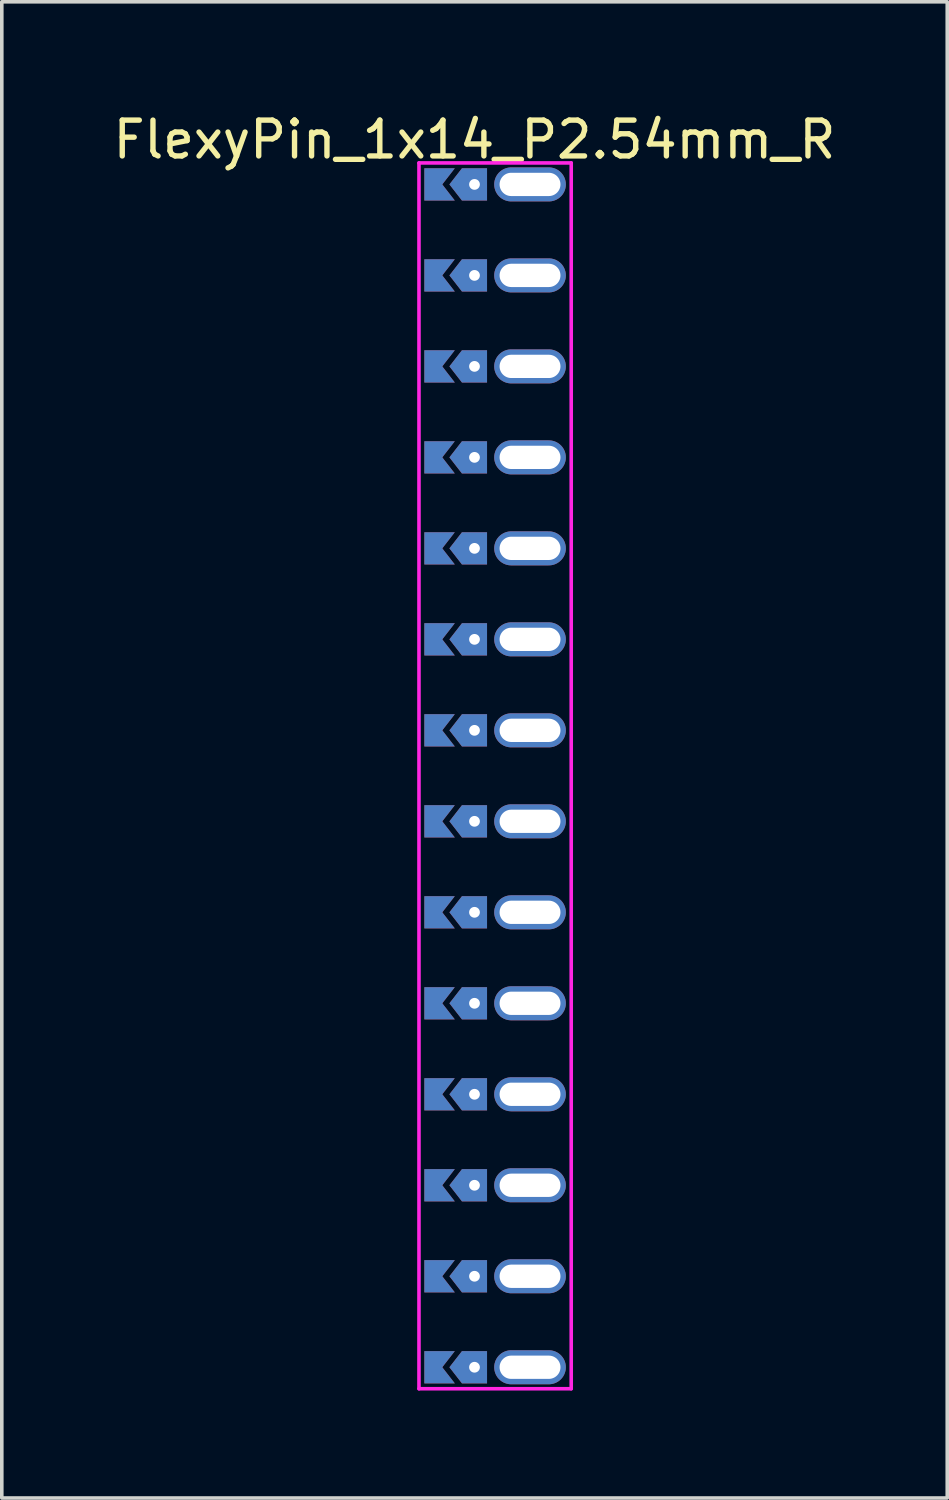
<source format=kicad_pcb>
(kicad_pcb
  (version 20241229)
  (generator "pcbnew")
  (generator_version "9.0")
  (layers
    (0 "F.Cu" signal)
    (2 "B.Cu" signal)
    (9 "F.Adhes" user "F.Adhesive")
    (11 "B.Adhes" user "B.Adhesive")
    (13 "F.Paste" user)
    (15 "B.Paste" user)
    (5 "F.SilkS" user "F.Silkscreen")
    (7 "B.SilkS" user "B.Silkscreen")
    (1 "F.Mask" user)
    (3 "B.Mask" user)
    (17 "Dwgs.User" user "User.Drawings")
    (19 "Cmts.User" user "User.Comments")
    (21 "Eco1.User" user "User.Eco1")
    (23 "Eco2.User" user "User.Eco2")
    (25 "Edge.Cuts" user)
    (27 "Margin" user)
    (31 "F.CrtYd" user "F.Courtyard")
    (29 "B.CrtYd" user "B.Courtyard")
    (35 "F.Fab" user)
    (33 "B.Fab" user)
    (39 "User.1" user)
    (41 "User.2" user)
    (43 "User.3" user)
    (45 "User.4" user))
  (footprint "FlexyPin_1x14_P2.54mm_R"
    (layer "F.Cu")
    (at 10.196 2.098)
    (property "Reference" "FlexyPin_1x14_P2.54mm_R" (at 0 -1.25 0) (layer "F.SilkS") (effects (font (size 1 1) (thickness 0.15))))
    (attr through_hole)
    (fp_line (start -1.55 -0.6) (end 2.7 -0.6) (stroke (width 0.1) (type solid)) (layer "F.CrtYd"))
    (fp_line (start -1.55 33.62) (end -1.55 -0.6) (stroke (width 0.1) (type solid)) (layer "F.CrtYd"))
    (fp_line (start 2.7 -0.6) (end 2.7 33.62) (stroke (width 0.1) (type solid)) (layer "F.CrtYd"))
    (fp_line (start 2.7 33.62) (end -1.55 33.62) (stroke (width 0.1) (type solid)) (layer "F.CrtYd"))
    (pad "" thru_hole custom (at 0 0) (size 0.3 0.3) (drill 0.6) (layers "*.Cu" "*.Mask") (options (anchor rect)) (primitives (gr_poly (pts (xy 0.35 0.45) (xy 0.35 -0.45) (xy -0.35 -0.45) (xy -0.7 0) (xy -0.35 0.45)) (width 0) (fill yes))))
    (pad "" thru_hole custom (at 0 2.54) (size 0.3 0.3) (drill 0.6) (layers "*.Cu" "*.Mask") (options (anchor rect)) (primitives (gr_poly (pts (xy 0.35 0.45) (xy 0.35 -0.45) (xy -0.35 -0.45) (xy -0.7 0) (xy -0.35 0.45)) (width 0) (fill yes))))
    (pad "" thru_hole custom (at 0 5.08) (size 0.3 0.3) (drill 0.6) (layers "*.Cu" "*.Mask") (options (anchor rect)) (primitives (gr_poly (pts (xy 0.35 0.45) (xy 0.35 -0.45) (xy -0.35 -0.45) (xy -0.7 0) (xy -0.35 0.45)) (width 0) (fill yes))))
    (pad "" thru_hole custom (at 0 7.62) (size 0.3 0.3) (drill 0.6) (layers "*.Cu" "*.Mask") (options (anchor rect)) (primitives (gr_poly (pts (xy 0.35 0.45) (xy 0.35 -0.45) (xy -0.35 -0.45) (xy -0.7 0) (xy -0.35 0.45)) (width 0) (fill yes))))
    (pad "" thru_hole custom (at 0 10.16) (size 0.3 0.3) (drill 0.6) (layers "*.Cu" "*.Mask") (options (anchor rect)) (primitives (gr_poly (pts (xy 0.35 0.45) (xy 0.35 -0.45) (xy -0.35 -0.45) (xy -0.7 0) (xy -0.35 0.45)) (width 0) (fill yes))))
    (pad "" thru_hole custom (at 0 12.7) (size 0.3 0.3) (drill 0.6) (layers "*.Cu" "*.Mask") (options (anchor rect)) (primitives (gr_poly (pts (xy 0.35 0.45) (xy 0.35 -0.45) (xy -0.35 -0.45) (xy -0.7 0) (xy -0.35 0.45)) (width 0) (fill yes))))
    (pad "" thru_hole custom (at 0 15.24) (size 0.3 0.3) (drill 0.6) (layers "*.Cu" "*.Mask") (options (anchor rect)) (primitives (gr_poly (pts (xy 0.35 0.45) (xy 0.35 -0.45) (xy -0.35 -0.45) (xy -0.7 0) (xy -0.35 0.45)) (width 0) (fill yes))))
    (pad "" thru_hole custom (at 0 17.78) (size 0.3 0.3) (drill 0.6) (layers "*.Cu" "*.Mask") (options (anchor rect)) (primitives (gr_poly (pts (xy 0.35 0.45) (xy 0.35 -0.45) (xy -0.35 -0.45) (xy -0.7 0) (xy -0.35 0.45)) (width 0) (fill yes))))
    (pad "" thru_hole custom (at 0 20.32) (size 0.3 0.3) (drill 0.6) (layers "*.Cu" "*.Mask") (options (anchor rect)) (primitives (gr_poly (pts (xy 0.35 0.45) (xy 0.35 -0.45) (xy -0.35 -0.45) (xy -0.7 0) (xy -0.35 0.45)) (width 0) (fill yes))))
    (pad "" thru_hole custom (at 0 22.86) (size 0.3 0.3) (drill 0.6) (layers "*.Cu" "*.Mask") (options (anchor rect)) (primitives (gr_poly (pts (xy 0.35 0.45) (xy 0.35 -0.45) (xy -0.35 -0.45) (xy -0.7 0) (xy -0.35 0.45)) (width 0) (fill yes))))
    (pad "" thru_hole custom (at 0 25.4) (size 0.3 0.3) (drill 0.6) (layers "*.Cu" "*.Mask") (options (anchor rect)) (primitives (gr_poly (pts (xy 0.35 0.45) (xy 0.35 -0.45) (xy -0.35 -0.45) (xy -0.7 0) (xy -0.35 0.45)) (width 0) (fill yes))))
    (pad "" thru_hole custom (at 0 27.94) (size 0.3 0.3) (drill 0.6) (layers "*.Cu" "*.Mask") (options (anchor rect)) (primitives (gr_poly (pts (xy 0.35 0.45) (xy 0.35 -0.45) (xy -0.35 -0.45) (xy -0.7 0) (xy -0.35 0.45)) (width 0) (fill yes))))
    (pad "" thru_hole custom (at 0 30.48) (size 0.3 0.3) (drill 0.6) (layers "*.Cu" "*.Mask") (options (anchor rect)) (primitives (gr_poly (pts (xy 0.35 0.45) (xy 0.35 -0.45) (xy -0.35 -0.45) (xy -0.7 0) (xy -0.35 0.45)) (width 0) (fill yes))))
    (pad "" thru_hole custom (at 0 33.02) (size 0.3 0.3) (drill 0.6) (layers "*.Cu" "*.Mask") (options (anchor rect)) (primitives (gr_poly (pts (xy 0.35 0.45) (xy 0.35 -0.45) (xy -0.35 -0.45) (xy -0.7 0) (xy -0.35 0.45)) (width 0) (fill yes))))
    (pad "" thru_hole oval (at 1.55 0) (size 2 0.95) (drill oval 1.7 0.65) (layers "*.Cu" "*.Mask"))
    (pad "" thru_hole oval (at 1.55 2.54) (size 2 0.95) (drill oval 1.7 0.65) (layers "*.Cu" "*.Mask"))
    (pad "" thru_hole oval (at 1.55 5.08) (size 2 0.95) (drill oval 1.7 0.65) (layers "*.Cu" "*.Mask"))
    (pad "" thru_hole oval (at 1.55 7.62) (size 2 0.95) (drill oval 1.7 0.65) (layers "*.Cu" "*.Mask"))
    (pad "" thru_hole oval (at 1.55 10.16) (size 2 0.95) (drill oval 1.7 0.65) (layers "*.Cu" "*.Mask"))
    (pad "" thru_hole oval (at 1.55 12.7) (size 2 0.95) (drill oval 1.7 0.65) (layers "*.Cu" "*.Mask"))
    (pad "" thru_hole oval (at 1.55 15.24) (size 2 0.95) (drill oval 1.7 0.65) (layers "*.Cu" "*.Mask"))
    (pad "" thru_hole oval (at 1.55 17.78) (size 2 0.95) (drill oval 1.7 0.65) (layers "*.Cu" "*.Mask"))
    (pad "" thru_hole oval (at 1.55 20.32) (size 2 0.95) (drill oval 1.7 0.65) (layers "*.Cu" "*.Mask"))
    (pad "" thru_hole oval (at 1.55 22.86) (size 2 0.95) (drill oval 1.7 0.65) (layers "*.Cu" "*.Mask"))
    (pad "" thru_hole oval (at 1.55 25.4) (size 2 0.95) (drill oval 1.7 0.65) (layers "*.Cu" "*.Mask"))
    (pad "" thru_hole oval (at 1.55 27.94) (size 2 0.95) (drill oval 1.7 0.65) (layers "*.Cu" "*.Mask"))
    (pad "" thru_hole oval (at 1.55 30.48) (size 2 0.95) (drill oval 1.7 0.65) (layers "*.Cu" "*.Mask"))
    (pad "" thru_hole oval (at 1.55 33.02) (size 2 0.95) (drill oval 1.7 0.65) (layers "*.Cu" "*.Mask"))
    (pad "1" smd custom (at -0.9 0) (size 0.01 0.01) (layers "F.Cu" "F.Mask") (options (anchor rect)) (primitives (gr_poly (pts (xy 0 0) (xy 0.35 0.45) (xy -0.5 0.45) (xy -0.5 -0.45) (xy 0.35 -0.45)) (width 0) (fill yes))))
    (pad "1" smd custom (at -0.9 2.54) (size 0.01 0.01) (layers "F.Cu" "F.Mask") (options (anchor rect)) (primitives (gr_poly (pts (xy 0 0) (xy 0.35 0.45) (xy -0.5 0.45) (xy -0.5 -0.45) (xy 0.35 -0.45)) (width 0) (fill yes))))
    (pad "1" smd custom (at -0.9 5.08) (size 0.01 0.01) (layers "F.Cu" "F.Mask") (options (anchor rect)) (primitives (gr_poly (pts (xy 0 0) (xy 0.35 0.45) (xy -0.5 0.45) (xy -0.5 -0.45) (xy 0.35 -0.45)) (width 0) (fill yes))))
    (pad "1" smd custom (at -0.9 7.62) (size 0.01 0.01) (layers "F.Cu" "F.Mask") (options (anchor rect)) (primitives (gr_poly (pts (xy 0 0) (xy 0.35 0.45) (xy -0.5 0.45) (xy -0.5 -0.45) (xy 0.35 -0.45)) (width 0) (fill yes))))
    (pad "1" smd custom (at -0.9 10.16) (size 0.01 0.01) (layers "F.Cu" "F.Mask") (options (anchor rect)) (primitives (gr_poly (pts (xy 0 0) (xy 0.35 0.45) (xy -0.5 0.45) (xy -0.5 -0.45) (xy 0.35 -0.45)) (width 0) (fill yes))))
    (pad "1" smd custom (at -0.9 12.7) (size 0.01 0.01) (layers "F.Cu" "F.Mask") (options (anchor rect)) (primitives (gr_poly (pts (xy 0 0) (xy 0.35 0.45) (xy -0.5 0.45) (xy -0.5 -0.45) (xy 0.35 -0.45)) (width 0) (fill yes))))
    (pad "1" smd custom (at -0.9 15.24) (size 0.01 0.01) (layers "F.Cu" "F.Mask") (options (anchor rect)) (primitives (gr_poly (pts (xy 0 0) (xy 0.35 0.45) (xy -0.5 0.45) (xy -0.5 -0.45) (xy 0.35 -0.45)) (width 0) (fill yes))))
    (pad "1" smd custom (at -0.9 17.78) (size 0.01 0.01) (layers "F.Cu" "F.Mask") (options (anchor rect)) (primitives (gr_poly (pts (xy 0 0) (xy 0.35 0.45) (xy -0.5 0.45) (xy -0.5 -0.45) (xy 0.35 -0.45)) (width 0) (fill yes))))
    (pad "1" smd custom (at -0.9 20.32) (size 0.01 0.01) (layers "F.Cu" "F.Mask") (options (anchor rect)) (primitives (gr_poly (pts (xy 0 0) (xy 0.35 0.45) (xy -0.5 0.45) (xy -0.5 -0.45) (xy 0.35 -0.45)) (width 0) (fill yes))))
    (pad "1" smd custom (at -0.9 22.86) (size 0.01 0.01) (layers "F.Cu" "F.Mask") (options (anchor rect)) (primitives (gr_poly (pts (xy 0 0) (xy 0.35 0.45) (xy -0.5 0.45) (xy -0.5 -0.45) (xy 0.35 -0.45)) (width 0) (fill yes))))
    (pad "1" smd custom (at -0.9 25.4) (size 0.01 0.01) (layers "F.Cu" "F.Mask") (options (anchor rect)) (primitives (gr_poly (pts (xy 0 0) (xy 0.35 0.45) (xy -0.5 0.45) (xy -0.5 -0.45) (xy 0.35 -0.45)) (width 0) (fill yes))))
    (pad "1" smd custom (at -0.9 27.94) (size 0.01 0.01) (layers "F.Cu" "F.Mask") (options (anchor rect)) (primitives (gr_poly (pts (xy 0 0) (xy 0.35 0.45) (xy -0.5 0.45) (xy -0.5 -0.45) (xy 0.35 -0.45)) (width 0) (fill yes))))
    (pad "1" smd custom (at -0.9 30.48) (size 0.01 0.01) (layers "F.Cu" "F.Mask") (options (anchor rect)) (primitives (gr_poly (pts (xy 0 0) (xy 0.35 0.45) (xy -0.5 0.45) (xy -0.5 -0.45) (xy 0.35 -0.45)) (width 0) (fill yes))))
    (pad "1" smd custom (at -0.9 33.02) (size 0.01 0.01) (layers "F.Cu" "F.Mask") (options (anchor rect)) (primitives (gr_poly (pts (xy 0 0) (xy 0.35 0.45) (xy -0.5 0.45) (xy -0.5 -0.45) (xy 0.35 -0.45)) (width 0) (fill yes))))
    (pad "2" smd custom (at -0.9 0) (size 0.01 0.01) (layers "B.Cu" "B.Mask") (options (anchor rect)) (primitives (gr_poly (pts (xy 0 0) (xy 0.35 0.45) (xy -0.5 0.45) (xy -0.5 -0.45) (xy 0.35 -0.45)) (width 0) (fill yes))))
    (pad "2" smd custom (at -0.9 2.54) (size 0.01 0.01) (layers "B.Cu" "B.Mask") (options (anchor rect)) (primitives (gr_poly (pts (xy 0 0) (xy 0.35 0.45) (xy -0.5 0.45) (xy -0.5 -0.45) (xy 0.35 -0.45)) (width 0) (fill yes))))
    (pad "2" smd custom (at -0.9 5.08) (size 0.01 0.01) (layers "B.Cu" "B.Mask") (options (anchor rect)) (primitives (gr_poly (pts (xy 0 0) (xy 0.35 0.45) (xy -0.5 0.45) (xy -0.5 -0.45) (xy 0.35 -0.45)) (width 0) (fill yes))))
    (pad "2" smd custom (at -0.9 7.62) (size 0.01 0.01) (layers "B.Cu" "B.Mask") (options (anchor rect)) (primitives (gr_poly (pts (xy 0 0) (xy 0.35 0.45) (xy -0.5 0.45) (xy -0.5 -0.45) (xy 0.35 -0.45)) (width 0) (fill yes))))
    (pad "2" smd custom (at -0.9 10.16) (size 0.01 0.01) (layers "B.Cu" "B.Mask") (options (anchor rect)) (primitives (gr_poly (pts (xy 0 0) (xy 0.35 0.45) (xy -0.5 0.45) (xy -0.5 -0.45) (xy 0.35 -0.45)) (width 0) (fill yes))))
    (pad "2" smd custom (at -0.9 12.7) (size 0.01 0.01) (layers "B.Cu" "B.Mask") (options (anchor rect)) (primitives (gr_poly (pts (xy 0 0) (xy 0.35 0.45) (xy -0.5 0.45) (xy -0.5 -0.45) (xy 0.35 -0.45)) (width 0) (fill yes))))
    (pad "2" smd custom (at -0.9 15.24) (size 0.01 0.01) (layers "B.Cu" "B.Mask") (options (anchor rect)) (primitives (gr_poly (pts (xy 0 0) (xy 0.35 0.45) (xy -0.5 0.45) (xy -0.5 -0.45) (xy 0.35 -0.45)) (width 0) (fill yes))))
    (pad "2" smd custom (at -0.9 17.78) (size 0.01 0.01) (layers "B.Cu" "B.Mask") (options (anchor rect)) (primitives (gr_poly (pts (xy 0 0) (xy 0.35 0.45) (xy -0.5 0.45) (xy -0.5 -0.45) (xy 0.35 -0.45)) (width 0) (fill yes))))
    (pad "2" smd custom (at -0.9 20.32) (size 0.01 0.01) (layers "B.Cu" "B.Mask") (options (anchor rect)) (primitives (gr_poly (pts (xy 0 0) (xy 0.35 0.45) (xy -0.5 0.45) (xy -0.5 -0.45) (xy 0.35 -0.45)) (width 0) (fill yes))))
    (pad "2" smd custom (at -0.9 22.86) (size 0.01 0.01) (layers "B.Cu" "B.Mask") (options (anchor rect)) (primitives (gr_poly (pts (xy 0 0) (xy 0.35 0.45) (xy -0.5 0.45) (xy -0.5 -0.45) (xy 0.35 -0.45)) (width 0) (fill yes))))
    (pad "2" smd custom (at -0.9 25.4) (size 0.01 0.01) (layers "B.Cu" "B.Mask") (options (anchor rect)) (primitives (gr_poly (pts (xy 0 0) (xy 0.35 0.45) (xy -0.5 0.45) (xy -0.5 -0.45) (xy 0.35 -0.45)) (width 0) (fill yes))))
    (pad "2" smd custom (at -0.9 27.94) (size 0.01 0.01) (layers "B.Cu" "B.Mask") (options (anchor rect)) (primitives (gr_poly (pts (xy 0 0) (xy 0.35 0.45) (xy -0.5 0.45) (xy -0.5 -0.45) (xy 0.35 -0.45)) (width 0) (fill yes))))
    (pad "2" smd custom (at -0.9 30.48) (size 0.01 0.01) (layers "B.Cu" "B.Mask") (options (anchor rect)) (primitives (gr_poly (pts (xy 0 0) (xy 0.35 0.45) (xy -0.5 0.45) (xy -0.5 -0.45) (xy 0.35 -0.45)) (width 0) (fill yes))))
    (pad "2" smd custom (at -0.9 33.02) (size 0.01 0.01) (layers "B.Cu" "B.Mask") (options (anchor rect)) (primitives (gr_poly (pts (xy 0 0) (xy 0.35 0.45) (xy -0.5 0.45) (xy -0.5 -0.45) (xy 0.35 -0.45)) (width 0) (fill yes)))))
  (gr_rect
    (start -3 -3)
    (end 23.393 38.768)
    (stroke (width 0.1) (type default))
    (fill no)
    (layer "Edge.Cuts")))
</source>
